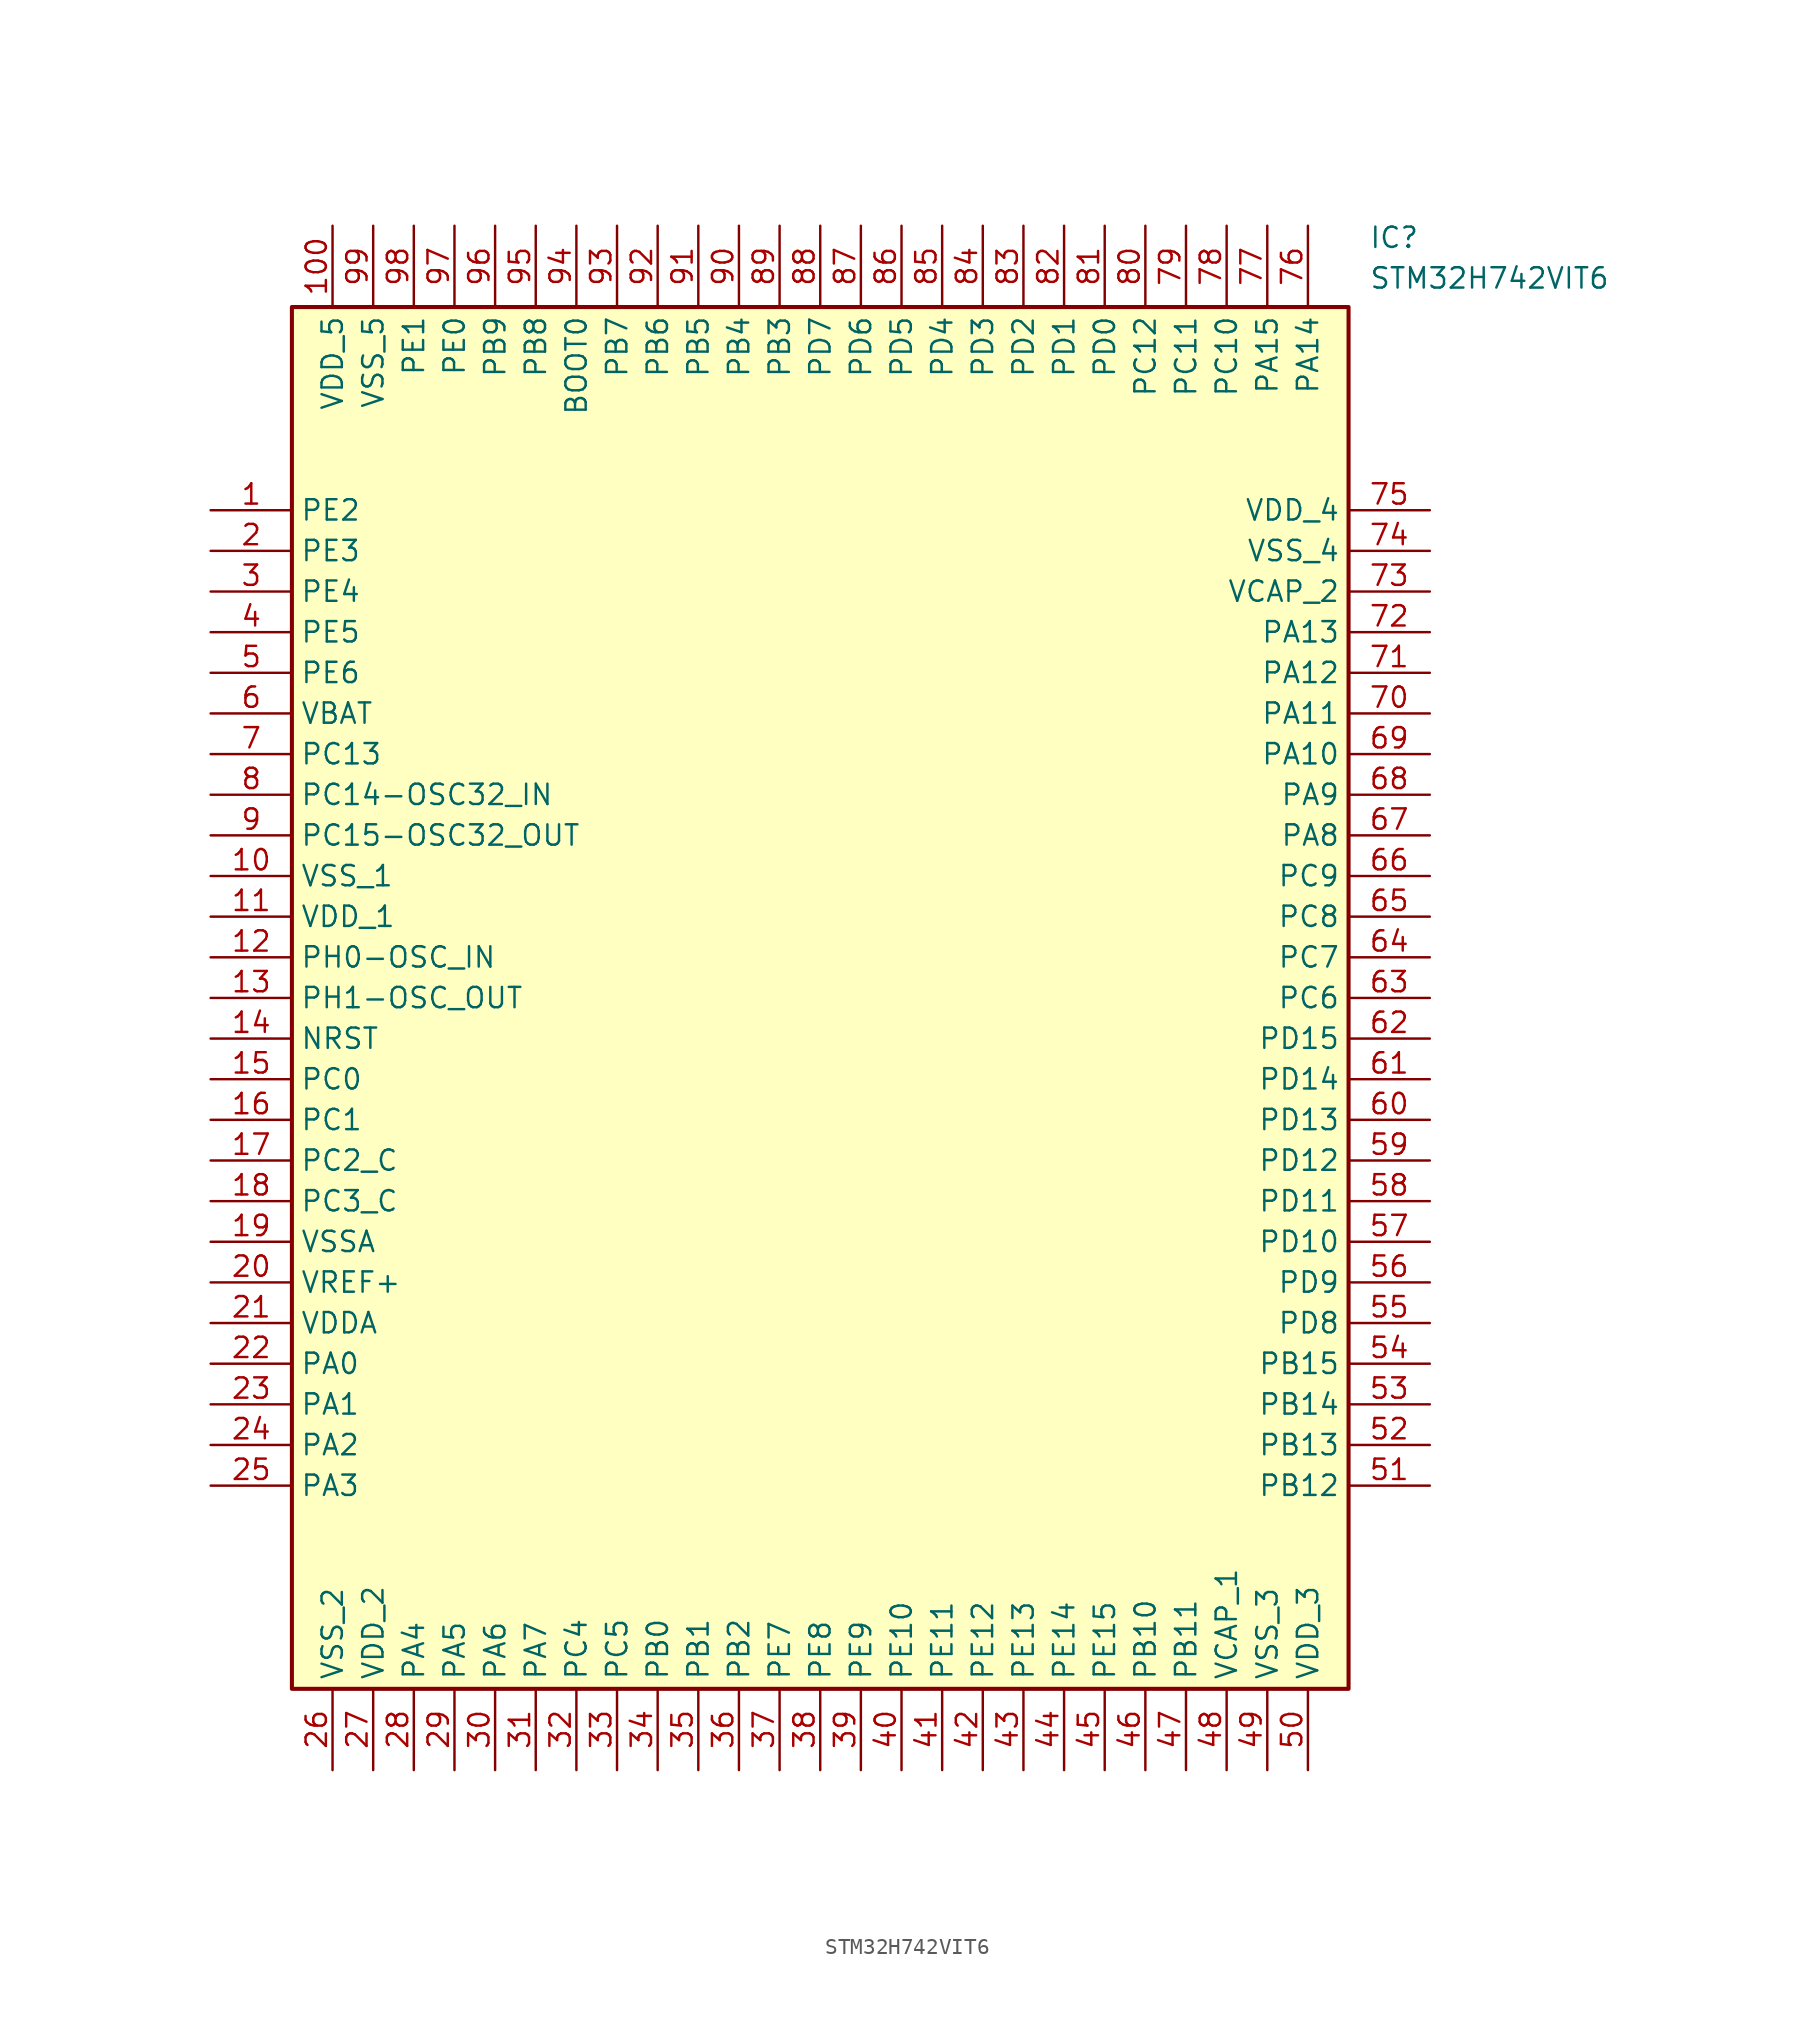
<source format=kicad_sym>
(kicad_symbol_lib
  (version 20211014)
  (generator SamacSys_ECAD_Model)
  (symbol "STM32H742VIT6"
    (property "Reference" "IC"
      (at 72.39 17.78 0)
      (effects (font (size 1.27 1.27)) (justify left top)))
    (property "Value" "STM32H742VIT6"
      (at 72.39 15.24 0)
      (effects (font (size 1.27 1.27)) (justify left top)))
    (rectangle
      (start 5.08 12.7)
      (end 71.12 -73.66)
      (stroke (width 0.254) (type default))
      (fill (type background)))
    (pin passive line
      (at 0 0 0)
      (length 5.08)
      (name "PE2" (effects (font (size 1.27 1.27))))
      (number "1" (effects (font (size 1.27 1.27)))))
    (pin passive line
      (at 0 -2.54 0)
      (length 5.08)
      (name "PE3" (effects (font (size 1.27 1.27))))
      (number "2" (effects (font (size 1.27 1.27)))))
    (pin passive line
      (at 0 -5.08 0)
      (length 5.08)
      (name "PE4" (effects (font (size 1.27 1.27))))
      (number "3" (effects (font (size 1.27 1.27)))))
    (pin passive line
      (at 0 -7.62 0)
      (length 5.08)
      (name "PE5" (effects (font (size 1.27 1.27))))
      (number "4" (effects (font (size 1.27 1.27)))))
    (pin passive line
      (at 0 -10.16 0)
      (length 5.08)
      (name "PE6" (effects (font (size 1.27 1.27))))
      (number "5" (effects (font (size 1.27 1.27)))))
    (pin passive line
      (at 0 -12.7 0)
      (length 5.08)
      (name "VBAT" (effects (font (size 1.27 1.27))))
      (number "6" (effects (font (size 1.27 1.27)))))
    (pin passive line
      (at 0 -15.24 0)
      (length 5.08)
      (name "PC13" (effects (font (size 1.27 1.27))))
      (number "7" (effects (font (size 1.27 1.27)))))
    (pin passive line
      (at 0 -17.78 0)
      (length 5.08)
      (name "PC14-OSC32_IN" (effects (font (size 1.27 1.27))))
      (number "8" (effects (font (size 1.27 1.27)))))
    (pin passive line
      (at 0 -20.32 0)
      (length 5.08)
      (name "PC15-OSC32_OUT" (effects (font (size 1.27 1.27))))
      (number "9" (effects (font (size 1.27 1.27)))))
    (pin passive line
      (at 0 -22.86 0)
      (length 5.08)
      (name "VSS_1" (effects (font (size 1.27 1.27))))
      (number "10" (effects (font (size 1.27 1.27)))))
    (pin passive line
      (at 0 -25.4 0)
      (length 5.08)
      (name "VDD_1" (effects (font (size 1.27 1.27))))
      (number "11" (effects (font (size 1.27 1.27)))))
    (pin passive line
      (at 0 -27.94 0)
      (length 5.08)
      (name "PH0-OSC_IN" (effects (font (size 1.27 1.27))))
      (number "12" (effects (font (size 1.27 1.27)))))
    (pin passive line
      (at 0 -30.48 0)
      (length 5.08)
      (name "PH1-OSC_OUT" (effects (font (size 1.27 1.27))))
      (number "13" (effects (font (size 1.27 1.27)))))
    (pin passive line
      (at 0 -33.02 0)
      (length 5.08)
      (name "NRST" (effects (font (size 1.27 1.27))))
      (number "14" (effects (font (size 1.27 1.27)))))
    (pin passive line
      (at 0 -35.56 0)
      (length 5.08)
      (name "PC0" (effects (font (size 1.27 1.27))))
      (number "15" (effects (font (size 1.27 1.27)))))
    (pin passive line
      (at 0 -38.1 0)
      (length 5.08)
      (name "PC1" (effects (font (size 1.27 1.27))))
      (number "16" (effects (font (size 1.27 1.27)))))
    (pin passive line
      (at 0 -40.64 0)
      (length 5.08)
      (name "PC2_C" (effects (font (size 1.27 1.27))))
      (number "17" (effects (font (size 1.27 1.27)))))
    (pin passive line
      (at 0 -43.18 0)
      (length 5.08)
      (name "PC3_C" (effects (font (size 1.27 1.27))))
      (number "18" (effects (font (size 1.27 1.27)))))
    (pin passive line
      (at 0 -45.72 0)
      (length 5.08)
      (name "VSSA" (effects (font (size 1.27 1.27))))
      (number "19" (effects (font (size 1.27 1.27)))))
    (pin passive line
      (at 0 -48.26 0)
      (length 5.08)
      (name "VREF+" (effects (font (size 1.27 1.27))))
      (number "20" (effects (font (size 1.27 1.27)))))
    (pin passive line
      (at 0 -50.8 0)
      (length 5.08)
      (name "VDDA" (effects (font (size 1.27 1.27))))
      (number "21" (effects (font (size 1.27 1.27)))))
    (pin passive line
      (at 0 -53.34 0)
      (length 5.08)
      (name "PA0" (effects (font (size 1.27 1.27))))
      (number "22" (effects (font (size 1.27 1.27)))))
    (pin passive line
      (at 0 -55.88 0)
      (length 5.08)
      (name "PA1" (effects (font (size 1.27 1.27))))
      (number "23" (effects (font (size 1.27 1.27)))))
    (pin passive line
      (at 0 -58.42 0)
      (length 5.08)
      (name "PA2" (effects (font (size 1.27 1.27))))
      (number "24" (effects (font (size 1.27 1.27)))))
    (pin passive line
      (at 0 -60.96 0)
      (length 5.08)
      (name "PA3" (effects (font (size 1.27 1.27))))
      (number "25" (effects (font (size 1.27 1.27)))))
    (pin passive line
      (at 7.62 -78.74 90)
      (length 5.08)
      (name "VSS_2" (effects (font (size 1.27 1.27))))
      (number "26" (effects (font (size 1.27 1.27)))))
    (pin passive line
      (at 10.16 -78.74 90)
      (length 5.08)
      (name "VDD_2" (effects (font (size 1.27 1.27))))
      (number "27" (effects (font (size 1.27 1.27)))))
    (pin passive line
      (at 12.7 -78.74 90)
      (length 5.08)
      (name "PA4" (effects (font (size 1.27 1.27))))
      (number "28" (effects (font (size 1.27 1.27)))))
    (pin passive line
      (at 15.24 -78.74 90)
      (length 5.08)
      (name "PA5" (effects (font (size 1.27 1.27))))
      (number "29" (effects (font (size 1.27 1.27)))))
    (pin passive line
      (at 17.78 -78.74 90)
      (length 5.08)
      (name "PA6" (effects (font (size 1.27 1.27))))
      (number "30" (effects (font (size 1.27 1.27)))))
    (pin passive line
      (at 20.32 -78.74 90)
      (length 5.08)
      (name "PA7" (effects (font (size 1.27 1.27))))
      (number "31" (effects (font (size 1.27 1.27)))))
    (pin passive line
      (at 22.86 -78.74 90)
      (length 5.08)
      (name "PC4" (effects (font (size 1.27 1.27))))
      (number "32" (effects (font (size 1.27 1.27)))))
    (pin passive line
      (at 25.4 -78.74 90)
      (length 5.08)
      (name "PC5" (effects (font (size 1.27 1.27))))
      (number "33" (effects (font (size 1.27 1.27)))))
    (pin passive line
      (at 27.94 -78.74 90)
      (length 5.08)
      (name "PB0" (effects (font (size 1.27 1.27))))
      (number "34" (effects (font (size 1.27 1.27)))))
    (pin passive line
      (at 30.48 -78.74 90)
      (length 5.08)
      (name "PB1" (effects (font (size 1.27 1.27))))
      (number "35" (effects (font (size 1.27 1.27)))))
    (pin passive line
      (at 33.02 -78.74 90)
      (length 5.08)
      (name "PB2" (effects (font (size 1.27 1.27))))
      (number "36" (effects (font (size 1.27 1.27)))))
    (pin passive line
      (at 35.56 -78.74 90)
      (length 5.08)
      (name "PE7" (effects (font (size 1.27 1.27))))
      (number "37" (effects (font (size 1.27 1.27)))))
    (pin passive line
      (at 38.1 -78.74 90)
      (length 5.08)
      (name "PE8" (effects (font (size 1.27 1.27))))
      (number "38" (effects (font (size 1.27 1.27)))))
    (pin passive line
      (at 40.64 -78.74 90)
      (length 5.08)
      (name "PE9" (effects (font (size 1.27 1.27))))
      (number "39" (effects (font (size 1.27 1.27)))))
    (pin passive line
      (at 43.18 -78.74 90)
      (length 5.08)
      (name "PE10" (effects (font (size 1.27 1.27))))
      (number "40" (effects (font (size 1.27 1.27)))))
    (pin passive line
      (at 45.72 -78.74 90)
      (length 5.08)
      (name "PE11" (effects (font (size 1.27 1.27))))
      (number "41" (effects (font (size 1.27 1.27)))))
    (pin passive line
      (at 48.26 -78.74 90)
      (length 5.08)
      (name "PE12" (effects (font (size 1.27 1.27))))
      (number "42" (effects (font (size 1.27 1.27)))))
    (pin passive line
      (at 50.8 -78.74 90)
      (length 5.08)
      (name "PE13" (effects (font (size 1.27 1.27))))
      (number "43" (effects (font (size 1.27 1.27)))))
    (pin passive line
      (at 53.34 -78.74 90)
      (length 5.08)
      (name "PE14" (effects (font (size 1.27 1.27))))
      (number "44" (effects (font (size 1.27 1.27)))))
    (pin passive line
      (at 55.88 -78.74 90)
      (length 5.08)
      (name "PE15" (effects (font (size 1.27 1.27))))
      (number "45" (effects (font (size 1.27 1.27)))))
    (pin passive line
      (at 58.42 -78.74 90)
      (length 5.08)
      (name "PB10" (effects (font (size 1.27 1.27))))
      (number "46" (effects (font (size 1.27 1.27)))))
    (pin passive line
      (at 60.96 -78.74 90)
      (length 5.08)
      (name "PB11" (effects (font (size 1.27 1.27))))
      (number "47" (effects (font (size 1.27 1.27)))))
    (pin passive line
      (at 63.5 -78.74 90)
      (length 5.08)
      (name "VCAP_1" (effects (font (size 1.27 1.27))))
      (number "48" (effects (font (size 1.27 1.27)))))
    (pin passive line
      (at 66.04 -78.74 90)
      (length 5.08)
      (name "VSS_3" (effects (font (size 1.27 1.27))))
      (number "49" (effects (font (size 1.27 1.27)))))
    (pin passive line
      (at 68.58 -78.74 90)
      (length 5.08)
      (name "VDD_3" (effects (font (size 1.27 1.27))))
      (number "50" (effects (font (size 1.27 1.27)))))
    (pin passive line
      (at 76.2 0 180)
      (length 5.08)
      (name "VDD_4" (effects (font (size 1.27 1.27))))
      (number "75" (effects (font (size 1.27 1.27)))))
    (pin passive line
      (at 76.2 -2.54 180)
      (length 5.08)
      (name "VSS_4" (effects (font (size 1.27 1.27))))
      (number "74" (effects (font (size 1.27 1.27)))))
    (pin passive line
      (at 76.2 -5.08 180)
      (length 5.08)
      (name "VCAP_2" (effects (font (size 1.27 1.27))))
      (number "73" (effects (font (size 1.27 1.27)))))
    (pin passive line
      (at 76.2 -7.62 180)
      (length 5.08)
      (name "PA13" (effects (font (size 1.27 1.27))))
      (number "72" (effects (font (size 1.27 1.27)))))
    (pin passive line
      (at 76.2 -10.16 180)
      (length 5.08)
      (name "PA12" (effects (font (size 1.27 1.27))))
      (number "71" (effects (font (size 1.27 1.27)))))
    (pin passive line
      (at 76.2 -12.7 180)
      (length 5.08)
      (name "PA11" (effects (font (size 1.27 1.27))))
      (number "70" (effects (font (size 1.27 1.27)))))
    (pin passive line
      (at 76.2 -15.24 180)
      (length 5.08)
      (name "PA10" (effects (font (size 1.27 1.27))))
      (number "69" (effects (font (size 1.27 1.27)))))
    (pin passive line
      (at 76.2 -17.78 180)
      (length 5.08)
      (name "PA9" (effects (font (size 1.27 1.27))))
      (number "68" (effects (font (size 1.27 1.27)))))
    (pin passive line
      (at 76.2 -20.32 180)
      (length 5.08)
      (name "PA8" (effects (font (size 1.27 1.27))))
      (number "67" (effects (font (size 1.27 1.27)))))
    (pin passive line
      (at 76.2 -22.86 180)
      (length 5.08)
      (name "PC9" (effects (font (size 1.27 1.27))))
      (number "66" (effects (font (size 1.27 1.27)))))
    (pin passive line
      (at 76.2 -25.4 180)
      (length 5.08)
      (name "PC8" (effects (font (size 1.27 1.27))))
      (number "65" (effects (font (size 1.27 1.27)))))
    (pin passive line
      (at 76.2 -27.94 180)
      (length 5.08)
      (name "PC7" (effects (font (size 1.27 1.27))))
      (number "64" (effects (font (size 1.27 1.27)))))
    (pin passive line
      (at 76.2 -30.48 180)
      (length 5.08)
      (name "PC6" (effects (font (size 1.27 1.27))))
      (number "63" (effects (font (size 1.27 1.27)))))
    (pin passive line
      (at 76.2 -33.02 180)
      (length 5.08)
      (name "PD15" (effects (font (size 1.27 1.27))))
      (number "62" (effects (font (size 1.27 1.27)))))
    (pin passive line
      (at 76.2 -35.56 180)
      (length 5.08)
      (name "PD14" (effects (font (size 1.27 1.27))))
      (number "61" (effects (font (size 1.27 1.27)))))
    (pin passive line
      (at 76.2 -38.1 180)
      (length 5.08)
      (name "PD13" (effects (font (size 1.27 1.27))))
      (number "60" (effects (font (size 1.27 1.27)))))
    (pin passive line
      (at 76.2 -40.64 180)
      (length 5.08)
      (name "PD12" (effects (font (size 1.27 1.27))))
      (number "59" (effects (font (size 1.27 1.27)))))
    (pin passive line
      (at 76.2 -43.18 180)
      (length 5.08)
      (name "PD11" (effects (font (size 1.27 1.27))))
      (number "58" (effects (font (size 1.27 1.27)))))
    (pin passive line
      (at 76.2 -45.72 180)
      (length 5.08)
      (name "PD10" (effects (font (size 1.27 1.27))))
      (number "57" (effects (font (size 1.27 1.27)))))
    (pin passive line
      (at 76.2 -48.26 180)
      (length 5.08)
      (name "PD9" (effects (font (size 1.27 1.27))))
      (number "56" (effects (font (size 1.27 1.27)))))
    (pin passive line
      (at 76.2 -50.8 180)
      (length 5.08)
      (name "PD8" (effects (font (size 1.27 1.27))))
      (number "55" (effects (font (size 1.27 1.27)))))
    (pin passive line
      (at 76.2 -53.34 180)
      (length 5.08)
      (name "PB15" (effects (font (size 1.27 1.27))))
      (number "54" (effects (font (size 1.27 1.27)))))
    (pin passive line
      (at 76.2 -55.88 180)
      (length 5.08)
      (name "PB14" (effects (font (size 1.27 1.27))))
      (number "53" (effects (font (size 1.27 1.27)))))
    (pin passive line
      (at 76.2 -58.42 180)
      (length 5.08)
      (name "PB13" (effects (font (size 1.27 1.27))))
      (number "52" (effects (font (size 1.27 1.27)))))
    (pin passive line
      (at 76.2 -60.96 180)
      (length 5.08)
      (name "PB12" (effects (font (size 1.27 1.27))))
      (number "51" (effects (font (size 1.27 1.27)))))
    (pin passive line
      (at 7.62 17.78 270)
      (length 5.08)
      (name "VDD_5" (effects (font (size 1.27 1.27))))
      (number "100" (effects (font (size 1.27 1.27)))))
    (pin passive line
      (at 10.16 17.78 270)
      (length 5.08)
      (name "VSS_5" (effects (font (size 1.27 1.27))))
      (number "99" (effects (font (size 1.27 1.27)))))
    (pin passive line
      (at 12.7 17.78 270)
      (length 5.08)
      (name "PE1" (effects (font (size 1.27 1.27))))
      (number "98" (effects (font (size 1.27 1.27)))))
    (pin passive line
      (at 15.24 17.78 270)
      (length 5.08)
      (name "PE0" (effects (font (size 1.27 1.27))))
      (number "97" (effects (font (size 1.27 1.27)))))
    (pin passive line
      (at 17.78 17.78 270)
      (length 5.08)
      (name "PB9" (effects (font (size 1.27 1.27))))
      (number "96" (effects (font (size 1.27 1.27)))))
    (pin passive line
      (at 20.32 17.78 270)
      (length 5.08)
      (name "PB8" (effects (font (size 1.27 1.27))))
      (number "95" (effects (font (size 1.27 1.27)))))
    (pin passive line
      (at 22.86 17.78 270)
      (length 5.08)
      (name "BOOT0" (effects (font (size 1.27 1.27))))
      (number "94" (effects (font (size 1.27 1.27)))))
    (pin passive line
      (at 25.4 17.78 270)
      (length 5.08)
      (name "PB7" (effects (font (size 1.27 1.27))))
      (number "93" (effects (font (size 1.27 1.27)))))
    (pin passive line
      (at 27.94 17.78 270)
      (length 5.08)
      (name "PB6" (effects (font (size 1.27 1.27))))
      (number "92" (effects (font (size 1.27 1.27)))))
    (pin passive line
      (at 30.48 17.78 270)
      (length 5.08)
      (name "PB5" (effects (font (size 1.27 1.27))))
      (number "91" (effects (font (size 1.27 1.27)))))
    (pin passive line
      (at 33.02 17.78 270)
      (length 5.08)
      (name "PB4" (effects (font (size 1.27 1.27))))
      (number "90" (effects (font (size 1.27 1.27)))))
    (pin passive line
      (at 35.56 17.78 270)
      (length 5.08)
      (name "PB3" (effects (font (size 1.27 1.27))))
      (number "89" (effects (font (size 1.27 1.27)))))
    (pin passive line
      (at 38.1 17.78 270)
      (length 5.08)
      (name "PD7" (effects (font (size 1.27 1.27))))
      (number "88" (effects (font (size 1.27 1.27)))))
    (pin passive line
      (at 40.64 17.78 270)
      (length 5.08)
      (name "PD6" (effects (font (size 1.27 1.27))))
      (number "87" (effects (font (size 1.27 1.27)))))
    (pin passive line
      (at 43.18 17.78 270)
      (length 5.08)
      (name "PD5" (effects (font (size 1.27 1.27))))
      (number "86" (effects (font (size 1.27 1.27)))))
    (pin passive line
      (at 45.72 17.78 270)
      (length 5.08)
      (name "PD4" (effects (font (size 1.27 1.27))))
      (number "85" (effects (font (size 1.27 1.27)))))
    (pin passive line
      (at 48.26 17.78 270)
      (length 5.08)
      (name "PD3" (effects (font (size 1.27 1.27))))
      (number "84" (effects (font (size 1.27 1.27)))))
    (pin passive line
      (at 50.8 17.78 270)
      (length 5.08)
      (name "PD2" (effects (font (size 1.27 1.27))))
      (number "83" (effects (font (size 1.27 1.27)))))
    (pin passive line
      (at 53.34 17.78 270)
      (length 5.08)
      (name "PD1" (effects (font (size 1.27 1.27))))
      (number "82" (effects (font (size 1.27 1.27)))))
    (pin passive line
      (at 55.88 17.78 270)
      (length 5.08)
      (name "PD0" (effects (font (size 1.27 1.27))))
      (number "81" (effects (font (size 1.27 1.27)))))
    (pin passive line
      (at 58.42 17.78 270)
      (length 5.08)
      (name "PC12" (effects (font (size 1.27 1.27))))
      (number "80" (effects (font (size 1.27 1.27)))))
    (pin passive line
      (at 60.96 17.78 270)
      (length 5.08)
      (name "PC11" (effects (font (size 1.27 1.27))))
      (number "79" (effects (font (size 1.27 1.27)))))
    (pin passive line
      (at 63.5 17.78 270)
      (length 5.08)
      (name "PC10" (effects (font (size 1.27 1.27))))
      (number "78" (effects (font (size 1.27 1.27)))))
    (pin passive line
      (at 66.04 17.78 270)
      (length 5.08)
      (name "PA15" (effects (font (size 1.27 1.27))))
      (number "77" (effects (font (size 1.27 1.27)))))
    (pin passive line
      (at 68.58 17.78 270)
      (length 5.08)
      (name "PA14" (effects (font (size 1.27 1.27))))
      (number "76" (effects (font (size 1.27 1.27)))))))
</source>
